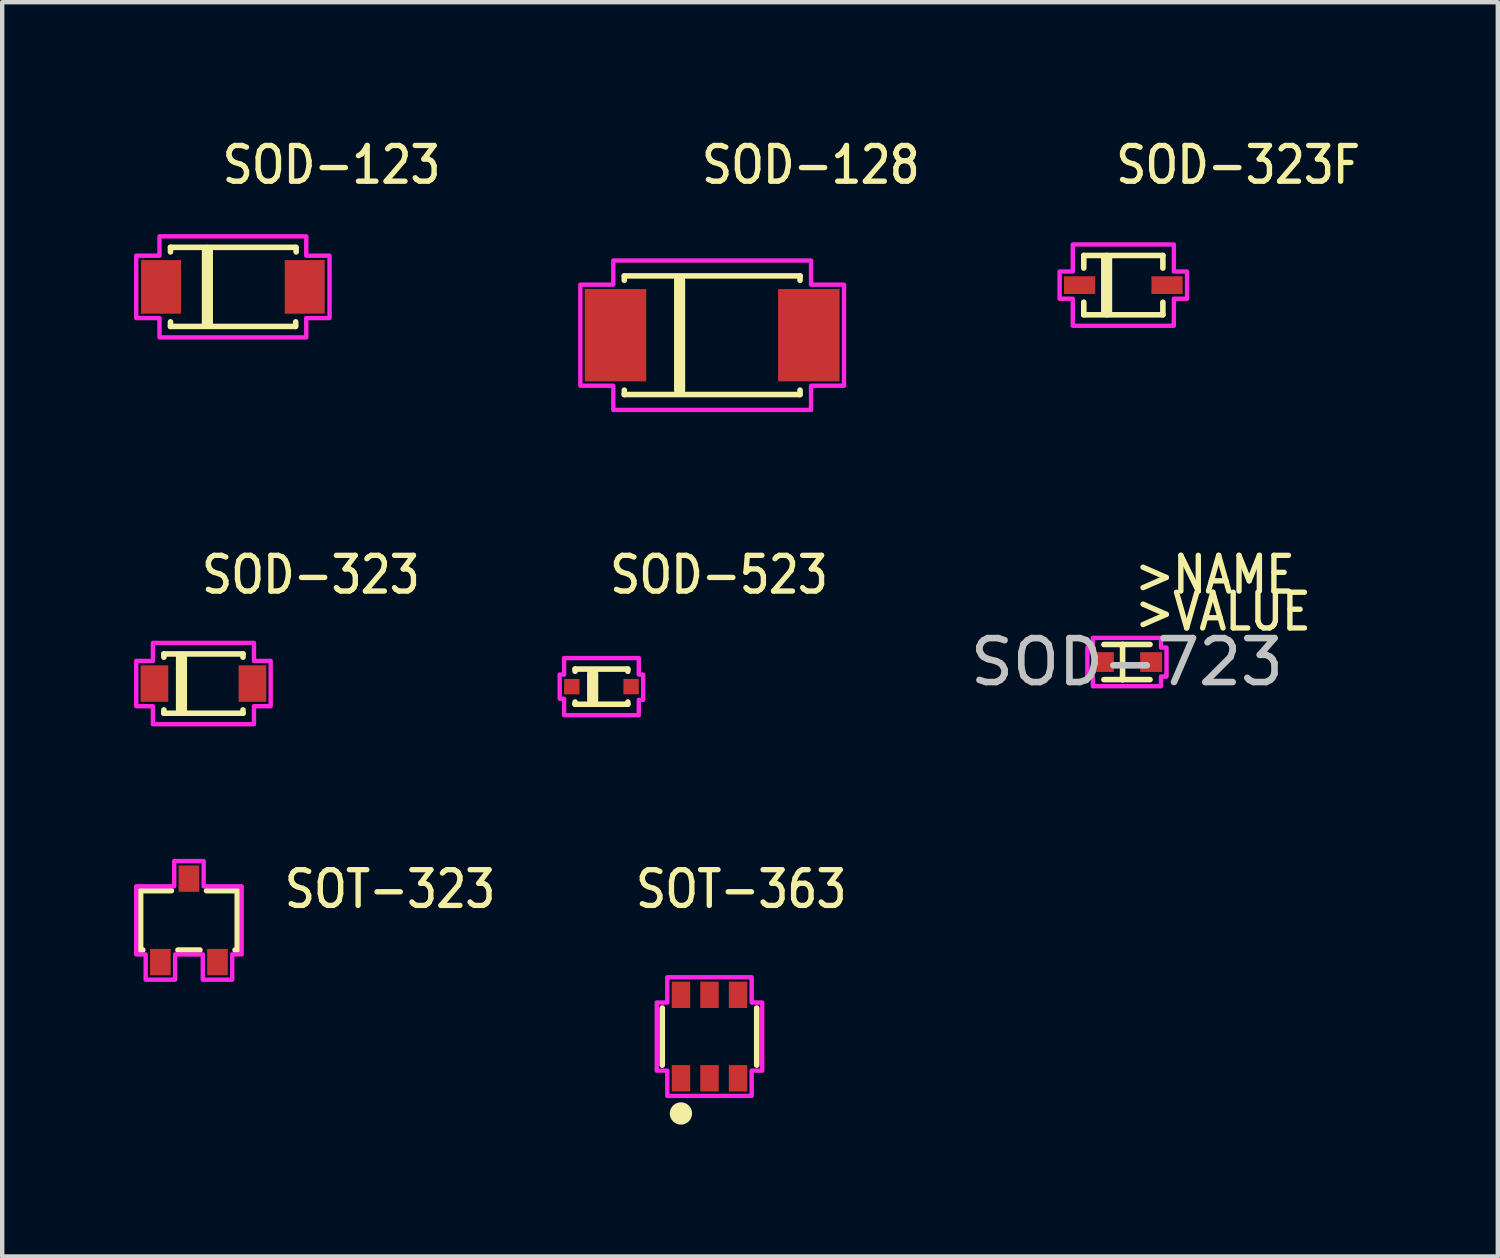
<source format=kicad_pcb>
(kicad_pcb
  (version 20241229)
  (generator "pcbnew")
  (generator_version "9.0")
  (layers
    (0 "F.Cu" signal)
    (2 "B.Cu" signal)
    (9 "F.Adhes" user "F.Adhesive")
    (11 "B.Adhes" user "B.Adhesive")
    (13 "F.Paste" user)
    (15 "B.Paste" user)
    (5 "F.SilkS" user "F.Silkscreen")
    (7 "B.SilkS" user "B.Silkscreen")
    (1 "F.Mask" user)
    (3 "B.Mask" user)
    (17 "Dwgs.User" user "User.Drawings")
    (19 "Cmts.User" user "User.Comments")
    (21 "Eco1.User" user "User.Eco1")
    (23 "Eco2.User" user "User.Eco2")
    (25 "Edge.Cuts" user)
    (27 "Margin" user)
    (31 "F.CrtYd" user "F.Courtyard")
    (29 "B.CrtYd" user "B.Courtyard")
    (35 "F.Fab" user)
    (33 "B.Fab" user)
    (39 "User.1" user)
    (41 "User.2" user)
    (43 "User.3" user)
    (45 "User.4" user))
  (footprint "SOT-323"
    (layer "F.Cu")
    (at 1.25 17.896)
    (property "Reference" "SOT-323" (at 2.115 -0.235 0) (unlocked yes) (layer "F.SilkS") (effects (font (size 0.813 0.695) (thickness 0.122)) (justify left bottom)))
    (fp_line (start -1.1 -0.675) (end -1.1 0.675) (stroke (width 0.127) (type solid)) (layer "F.SilkS"))
    (fp_line (start -1.1 0.675) (end -1.05 0.675) (stroke (width 0.127) (type solid)) (layer "F.SilkS"))
    (fp_line (start -0.4 -0.675) (end -1.1 -0.675) (stroke (width 0.127) (type solid)) (layer "F.SilkS"))
    (fp_line (start -0.25 0.675) (end 0.25 0.675) (stroke (width 0.127) (type solid)) (layer "F.SilkS"))
    (fp_line (start 0.4 -0.675) (end 1.1 -0.675) (stroke (width 0.127) (type solid)) (layer "F.SilkS"))
    (fp_line (start 1.05 0.675) (end 1.1 0.675) (stroke (width 0.127) (type solid)) (layer "F.SilkS"))
    (fp_line (start 1.1 -0.675) (end 1.1 0.675) (stroke (width 0.127) (type solid)) (layer "F.SilkS"))
    (fp_poly (pts (xy -0.335 -0.775) (xy -0.335 -1.35) (xy 0.335 -1.35) (xy 0.335 -0.775) (xy 1.2 -0.775) (xy 1.2 0.775) (xy 0.985 0.775) (xy 0.985 1.35) (xy 0.315 1.35) (xy 0.315 0.775) (xy -0.315 0.775) (xy -0.315 1.35) (xy -0.985 1.35) (xy -0.985 0.775) (xy -1.2 0.775) (xy -1.2 -0.775)) (stroke (width 0.1) (type solid)) (fill no) (layer "F.CrtYd"))
    (pad "1" smd rect (at -0.65 0.95) (size 0.47 0.6) (layers "F.Cu" "F.Mask" "F.Paste"))
    (pad "2" smd rect (at 0.65 0.95) (size 0.47 0.6) (layers "F.Cu" "F.Mask" "F.Paste"))
    (pad "3" smd rect (at 0 -0.95) (size 0.47 0.6) (layers "F.Cu" "F.Mask" "F.Paste")))
  (footprint "SOD-323F"
    (layer "F.Cu")
    (at 22.515 3.439)
    (property "Reference" "SOD-323F" (at -0.23 -2.26 0) (unlocked yes) (layer "F.SilkS") (effects (font (size 0.813 0.695) (thickness 0.122)) (justify left bottom)))
    (fp_line (start -0.9 -0.675) (end -0.9 -0.388) (stroke (width 0.127) (type solid)) (layer "F.SilkS"))
    (fp_line (start -0.9 -0.675) (end 0.9 -0.675) (stroke (width 0.127) (type solid)) (layer "F.SilkS"))
    (fp_line (start -0.9 0.675) (end -0.9 0.388) (stroke (width 0.127) (type solid)) (layer "F.SilkS"))
    (fp_line (start -0.9 0.675) (end 0.9 0.675) (stroke (width 0.127) (type solid)) (layer "F.SilkS"))
    (fp_line (start -0.38 -0.61) (end -0.38 0.61) (stroke (width 0.254) (type solid)) (layer "F.SilkS"))
    (fp_line (start 0.9 -0.675) (end 0.9 -0.388) (stroke (width 0.127) (type solid)) (layer "F.SilkS"))
    (fp_line (start 0.9 0.675) (end 0.9 0.388) (stroke (width 0.127) (type solid)) (layer "F.SilkS"))
    (fp_poly (pts (xy -1.45 -0.31) (xy -1.15 -0.31) (xy -1.15 -0.925) (xy 1.15 -0.925) (xy 1.15 -0.31) (xy 1.45 -0.31) (xy 1.45 0.31) (xy 1.15 0.31) (xy 1.15 0.925) (xy -1.15 0.925) (xy -1.15 0.31) (xy -1.45 0.31)) (stroke (width 0.1) (type solid)) (fill no) (layer "F.CrtYd"))
    (pad "ANODE" smd rect (at 0.995 0) (size 0.71 0.403) (layers "F.Cu" "F.Mask" "F.Paste"))
    (pad "CATHODE" smd rect (at -0.995 0) (size 0.71 0.403) (layers "F.Cu" "F.Mask" "F.Paste")))
  (footprint "SOD-323"
    (layer "F.Cu")
    (at 1.58 12.507)
    (property "Reference" "SOD-323" (at -0.1 -2 0) (unlocked yes) (layer "F.SilkS") (effects (font (size 0.813 0.695) (thickness 0.122)) (justify left bottom)))
    (fp_line (start -0.9 -0.675) (end -0.9 -0.6) (stroke (width 0.127) (type solid)) (layer "F.SilkS"))
    (fp_line (start -0.9 -0.675) (end 0.9 -0.675) (stroke (width 0.127) (type solid)) (layer "F.SilkS"))
    (fp_line (start -0.9 0.675) (end -0.9 0.6) (stroke (width 0.127) (type solid)) (layer "F.SilkS"))
    (fp_line (start -0.5 -0.6) (end -0.5 0.6) (stroke (width 0.254) (type solid)) (layer "F.SilkS"))
    (fp_line (start 0.9 -0.675) (end 0.9 -0.6) (stroke (width 0.127) (type solid)) (layer "F.SilkS"))
    (fp_line (start 0.9 0.675) (end -0.9 0.675) (stroke (width 0.127) (type solid)) (layer "F.SilkS"))
    (fp_line (start 0.9 0.675) (end 0.9 0.6) (stroke (width 0.127) (type solid)) (layer "F.SilkS"))
    (fp_poly (pts (xy -1.53 -0.515) (xy -1.15 -0.515) (xy -1.15 -0.925) (xy 1.15 -0.925) (xy 1.15 -0.515) (xy 1.53 -0.515) (xy 1.53 0.515) (xy 1.15 0.515) (xy 1.15 0.925) (xy -1.15 0.925) (xy -1.15 0.515) (xy -1.53 0.515)) (stroke (width 0.1) (type solid)) (fill no) (layer "F.CrtYd"))
    (pad "ANODE" smd rect (at 1.115 0) (size 0.63 0.83) (layers "F.Cu" "F.Mask" "F.Paste"))
    (pad "CATHODE" smd rect (at -1.115 0) (size 0.63 0.83) (layers "F.Cu" "F.Mask" "F.Paste")))
  (footprint "SOT-363"
    (layer "F.Cu")
    (at 13.097 20.541)
    (property "Reference" "SOT-363" (at -1.74 -2.88 0) (unlocked yes) (layer "F.SilkS") (effects (font (size 0.813 0.695) (thickness 0.122)) (justify left bottom)))
    (fp_line (start -1.075 -0.65) (end -1.075 0.65) (stroke (width 0.127) (type solid)) (layer "F.SilkS"))
    (fp_line (start 1.075 -0.65) (end 1.075 0.65) (stroke (width 0.127) (type solid)) (layer "F.SilkS"))
    (fp_circle (center -0.65 1.75) (end -0.396 1.75) (stroke (width 0) (type solid)) (fill yes) (layer "F.SilkS"))
    (fp_poly (pts (xy 0.96 -0.775) (xy 0.96 -1.35) (xy -0.96 -1.35) (xy -0.96 -0.775) (xy -1.2 -0.775) (xy -1.2 0.775) (xy -0.96 0.775) (xy -0.96 1.35) (xy 0.96 1.35) (xy 0.96 0.775) (xy 1.2 0.775) (xy 1.2 -0.775)) (stroke (width 0.1) (type solid)) (fill no) (layer "F.CrtYd"))
    (pad "1" smd rect (at -0.65 0.95) (size 0.42 0.6) (layers "F.Cu" "F.Mask" "F.Paste"))
    (pad "2" smd rect (at 0 0.95) (size 0.42 0.6) (layers "F.Cu" "F.Mask" "F.Paste"))
    (pad "3" smd rect (at 0.65 0.95) (size 0.42 0.6) (layers "F.Cu" "F.Mask" "F.Paste"))
    (pad "4" smd rect (at 0.65 -0.95) (size 0.42 0.6) (layers "F.Cu" "F.Mask" "F.Paste"))
    (pad "5" smd rect (at 0 -0.95) (size 0.42 0.6) (layers "F.Cu" "F.Mask" "F.Paste"))
    (pad "6" smd rect (at -0.65 -0.95) (size 0.42 0.6) (layers "F.Cu" "F.Mask" "F.Paste")))
  (footprint "SOD-123"
    (layer "F.Cu")
    (at 2.25 3.479)
    (property "Reference" "SOD-123" (at -0.3 -2.3 0) (unlocked yes) (layer "F.SilkS") (effects (font (size 0.813 0.695) (thickness 0.122)) (justify left bottom)))
    (fp_line (start -1.42 -0.9) (end -1.42 -0.796) (stroke (width 0.127) (type solid)) (layer "F.SilkS"))
    (fp_line (start -1.42 -0.9) (end 1.42 -0.9) (stroke (width 0.127) (type solid)) (layer "F.SilkS"))
    (fp_line (start -1.42 0.9) (end -1.42 0.796) (stroke (width 0.127) (type solid)) (layer "F.SilkS"))
    (fp_line (start -1.42 0.9) (end 1.42 0.9) (stroke (width 0.127) (type solid)) (layer "F.SilkS"))
    (fp_line (start -0.58 -0.83) (end -0.58 0.83) (stroke (width 0.254) (type solid)) (layer "F.SilkS"))
    (fp_line (start 1.43 0.9) (end 1.43 0.796) (stroke (width 0.127) (type solid)) (layer "F.SilkS"))
    (fp_line (start 1.44 -0.9) (end 1.44 -0.796) (stroke (width 0.127) (type solid)) (layer "F.SilkS"))
    (fp_poly (pts (xy -2.2 0.71) (xy -2.2 -0.71) (xy -1.67 -0.71) (xy -1.67 -1.15) (xy 1.67 -1.15) (xy 1.67 -0.71) (xy 2.2 -0.71) (xy 2.2 0.71) (xy 1.67 0.71) (xy 1.67 1.15) (xy -1.67 1.15) (xy -1.67 0.71)) (stroke (width 0.1) (type solid)) (fill no) (layer "F.CrtYd"))
    (pad "ANODE" smd rect (at 1.635 0) (size 0.91 1.22) (layers "F.Cu" "F.Mask" "F.Paste"))
    (pad "CATHODE" smd rect (at -1.635 0) (size 0.91 1.22) (layers "F.Cu" "F.Mask" "F.Paste")))
  (footprint "SOD-523"
    (layer "F.Cu")
    (at 10.638 12.577)
    (property "Reference" "SOD-523" (at 0.13 -2.07 0) (unlocked yes) (layer "F.SilkS") (effects (font (size 0.813 0.695) (thickness 0.122)) (justify left bottom)))
    (fp_line (start -0.6 -0.4) (end -0.6 -0.35) (stroke (width 0.127) (type solid)) (layer "F.SilkS"))
    (fp_line (start -0.6 0.4) (end -0.6 0.35) (stroke (width 0.127) (type solid)) (layer "F.SilkS"))
    (fp_line (start -0.2 -0.3) (end -0.2 0.3) (stroke (width 0.254) (type solid)) (layer "F.SilkS"))
    (fp_line (start 0.6 -0.4) (end -0.6 -0.4) (stroke (width 0.127) (type solid)) (layer "F.SilkS"))
    (fp_line (start 0.6 -0.4) (end 0.6 -0.35) (stroke (width 0.127) (type solid)) (layer "F.SilkS"))
    (fp_line (start 0.6 0.4) (end -0.6 0.4) (stroke (width 0.127) (type solid)) (layer "F.SilkS"))
    (fp_line (start 0.6 0.4) (end 0.6 0.35) (stroke (width 0.127) (type solid)) (layer "F.SilkS"))
    (fp_poly (pts (xy -0.95 -0.275) (xy -0.95 0.275) (xy -0.85 0.275) (xy -0.85 0.65) (xy 0.85 0.65) (xy 0.85 0.3) (xy 0.95 0.3) (xy 0.95 -0.275) (xy 0.85 -0.275) (xy 0.85 -0.65) (xy -0.85 -0.65) (xy -0.85 -0.275)) (stroke (width 0.1) (type solid)) (fill no) (layer "F.CrtYd"))
    (pad "ANODE" smd rect (at 0.675 0 270) (size 0.35 0.35) (layers "F.Cu" "F.Mask" "F.Paste"))
    (pad "CATHODE" smd rect (at -0.675 0 270) (size 0.35 0.35) (layers "F.Cu" "F.Mask" "F.Paste")))
  (footprint "SOD-128"
    (layer "F.Cu")
    (at 13.158 4.579)
    (property "Reference" "SOD-128" (at -0.3 -3.4 0) (unlocked yes) (layer "F.SilkS") (effects (font (size 0.813 0.695) (thickness 0.122)) (justify left bottom)))
    (fp_line (start -2 -1.35) (end 2 -1.35) (stroke (width 0.127) (type solid)) (layer "F.SilkS"))
    (fp_line (start -2 -1.25) (end -2 -1.35) (stroke (width 0.127) (type solid)) (layer "F.SilkS"))
    (fp_line (start -2 1.25) (end -2 1.35) (stroke (width 0.127) (type solid)) (layer "F.SilkS"))
    (fp_line (start -2 1.35) (end 2 1.35) (stroke (width 0.127) (type solid)) (layer "F.SilkS"))
    (fp_line (start -0.741 -1.25) (end -0.741 1.25) (stroke (width 0.254) (type solid)) (layer "F.SilkS"))
    (fp_line (start 2 -1.25) (end 2 -1.35) (stroke (width 0.127) (type solid)) (layer "F.SilkS"))
    (fp_line (start 2 1.35) (end 2 1.25) (stroke (width 0.127) (type solid)) (layer "F.SilkS"))
    (fp_poly (pts (xy -3 -1.15) (xy -2.25 -1.15) (xy -2.25 -1.7) (xy 2.25 -1.7) (xy 2.25 -1.15) (xy 3 -1.15) (xy 3 1.15) (xy 2.25 1.15) (xy 2.25 1.7) (xy -2.25 1.7) (xy -2.25 1.15) (xy -3 1.15)) (stroke (width 0.1) (type solid)) (fill no) (layer "F.CrtYd"))
    (pad "ANODE" smd rect (at 2.2 0) (size 1.4 2.1) (layers "F.Cu" "F.Mask" "F.Paste"))
    (pad "CATHODE" smd rect (at -2.2 0) (size 1.4 2.1) (layers "F.Cu" "F.Mask" "F.Paste")))
  (footprint "SOD-723"
    (layer "F.Cu")
    (at 22.598 12.017)
    (property "Reference" "SOD-723" (at 0 0 0) (layer "Dwgs.User") (effects (font (size 1 1) (thickness 0.15))))
    (fp_line (start -0.525 -0.4) (end -0.1 -0.4) (stroke (width 0.127) (type solid)) (layer "F.SilkS"))
    (fp_line (start -0.525 0.4) (end -0.1 0.4) (stroke (width 0.127) (type solid)) (layer "F.SilkS"))
    (fp_line (start -0.1 -0.4) (end -0.1 0.4) (stroke (width 0.127) (type solid)) (layer "F.SilkS"))
    (fp_line (start -0.1 -0.4) (end 0.525 -0.4) (stroke (width 0.127) (type solid)) (layer "F.SilkS"))
    (fp_line (start -0.1 0.4) (end 0.525 0.4) (stroke (width 0.127) (type solid)) (layer "F.SilkS"))
    (fp_poly (pts (xy -0.9 0.33) (xy -0.9 -0.33) (xy -0.775 -0.33) (xy -0.775 -0.55) (xy 0.775 -0.55) (xy 0.775 -0.33) (xy 0.9 -0.33) (xy 0.9 0.33) (xy 0.775 0.33) (xy 0.775 0.55) (xy -0.775 0.55) (xy -0.775 0.33)) (stroke (width 0.1) (type solid)) (fill no) (layer "F.CrtYd"))
    (fp_text user ">NAME" (at 0.12 -1.51 0) (unlocked yes) (layer "F.SilkS") (effects (font (size 0.813 0.695) (thickness 0.122)) (justify left bottom)))
    (fp_text user ">VALUE" (at 0.12 -0.67 0) (unlocked yes) (layer "F.SilkS") (effects (font (size 0.813 0.695) (thickness 0.122)) (justify left bottom)))
    (pad "ANODE" smd rect (at 0.55 0) (size 0.5 0.45) (layers "F.Cu" "F.Mask" "F.Paste"))
    (pad "CATHODE" smd rect (at -0.55 0) (size 0.5 0.45) (layers "F.Cu" "F.Mask" "F.Paste")))
  (gr_rect
    (start -3 -3)
    (end 31.038 25.545)
    (stroke (width 0.1) (type default))
    (fill no)
    (layer "Edge.Cuts")))
</source>
